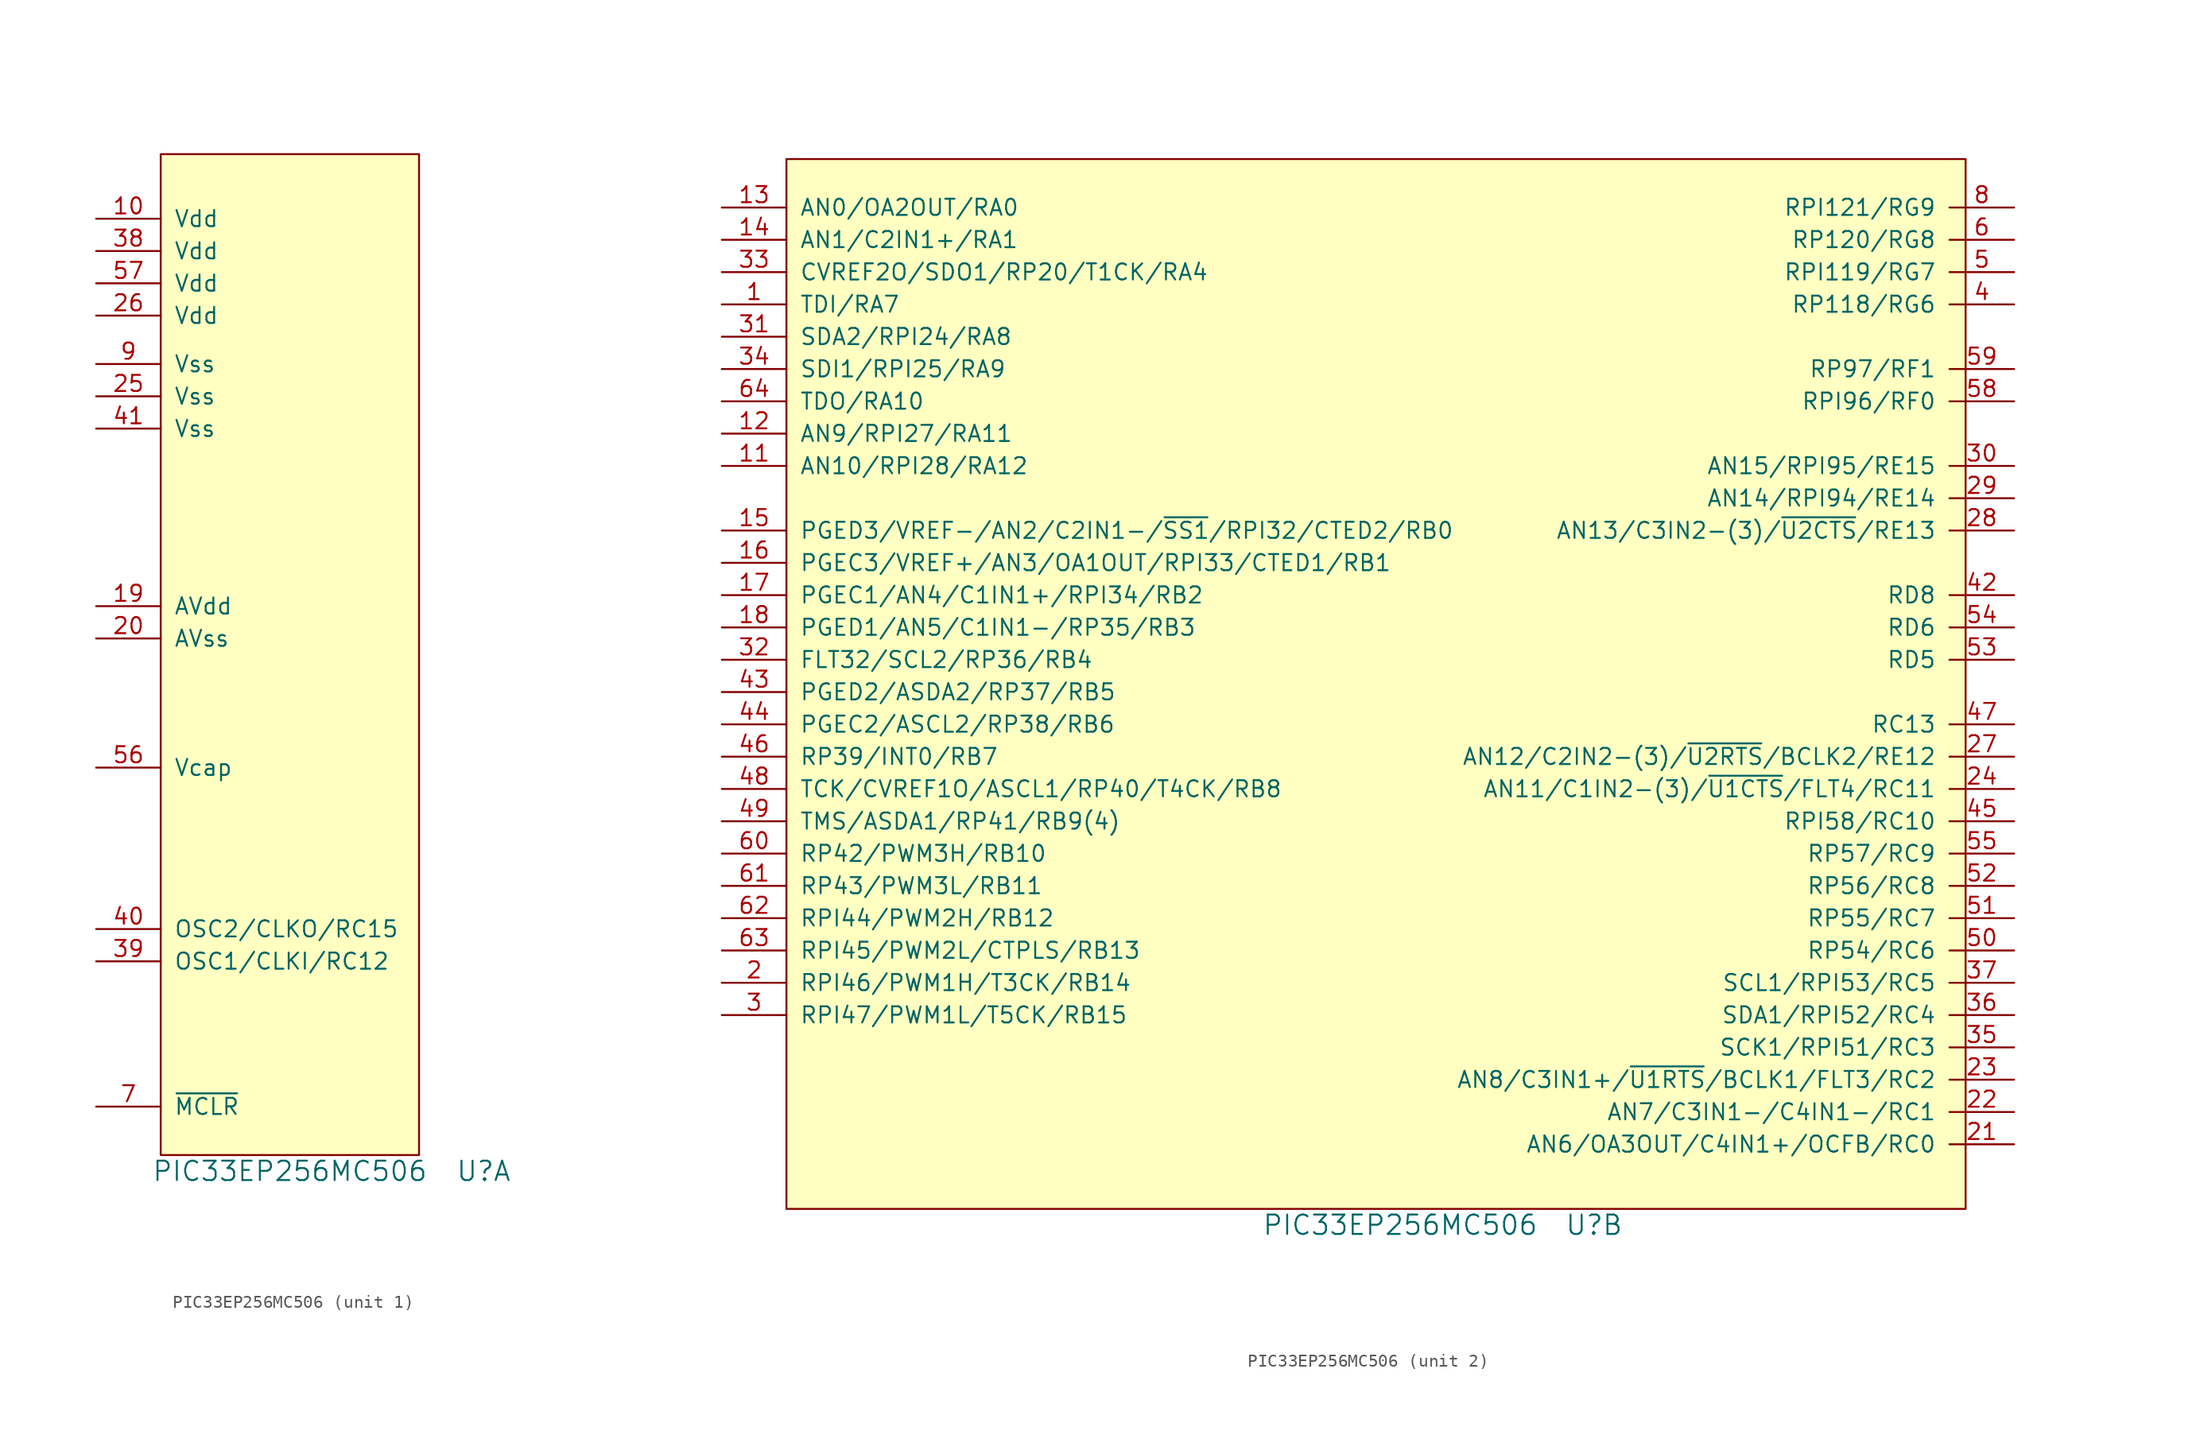
<source format=kicad_sym>
(kicad_symbol_lib
  (version 20211014)
  (generator kicad_symbol_editor)
  (symbol "PIC33EP256MC506"
    (pin_names
      (offset 1.016))
    (property "Reference" "U"
      (at 33.02 -33.02 0)
      (effects (font (size 1.524 1.524))))
    (property "Value" "PIC33EP256MC506"
      (at 17.78 -33.02 0)
      (effects (font (size 1.524 1.524))))
    (property "ki_locked" ""
      (at 0 0 0)
      (effects (font (size 1.27 1.27))))
    (symbol "PIC33EP256MC506_1_1"
      (rectangle (start 7.62 46.99) (end 27.94 -31.75) (stroke (width 0) (type default) (color 0 0 0 0)) (fill (type background)))
      (pin power_in line (at 2.54 41.91 0) (length 5.08) (name "Vdd" (effects (font (size 1.27 1.27)))) (number "10" (effects (font (size 1.27 1.27)))))
      (pin power_in line (at 2.54 11.43 0) (length 5.08) (name "AVdd" (effects (font (size 1.27 1.27)))) (number "19" (effects (font (size 1.27 1.27)))))
      (pin power_in line (at 2.54 8.89 0) (length 5.08) (name "AVss" (effects (font (size 1.27 1.27)))) (number "20" (effects (font (size 1.27 1.27)))))
      (pin power_in line (at 2.54 27.94 0) (length 5.08) (name "Vss" (effects (font (size 1.27 1.27)))) (number "25" (effects (font (size 1.27 1.27)))))
      (pin power_in line (at 2.54 34.29 0) (length 5.08) (name "Vdd" (effects (font (size 1.27 1.27)))) (number "26" (effects (font (size 1.27 1.27)))))
      (pin power_in line (at 2.54 39.37 0) (length 5.08) (name "Vdd" (effects (font (size 1.27 1.27)))) (number "38" (effects (font (size 1.27 1.27)))))
      (pin bidirectional line (at 2.54 -16.51 0) (length 5.08) (name "OSC1/CLKI/RC12" (effects (font (size 1.27 1.27)))) (number "39" (effects (font (size 1.27 1.27)))))
      (pin bidirectional line (at 2.54 -13.97 0) (length 5.08) (name "OSC2/CLKO/RC15" (effects (font (size 1.27 1.27)))) (number "40" (effects (font (size 1.27 1.27)))))
      (pin power_in line (at 2.54 25.4 0) (length 5.08) (name "Vss" (effects (font (size 1.27 1.27)))) (number "41" (effects (font (size 1.27 1.27)))))
      (pin input line (at 2.54 -1.27 0) (length 5.08) (name "Vcap" (effects (font (size 1.27 1.27)))) (number "56" (effects (font (size 1.27 1.27)))))
      (pin power_in line (at 2.54 36.83 0) (length 5.08) (name "Vdd" (effects (font (size 1.27 1.27)))) (number "57" (effects (font (size 1.27 1.27)))))
      (pin input line (at 2.54 -27.94 0) (length 5.08) (name "~{MCLR}" (effects (font (size 1.27 1.27)))) (number "7" (effects (font (size 1.27 1.27)))))
      (pin power_in line (at 2.54 30.48 0) (length 5.08) (name "Vss" (effects (font (size 1.27 1.27)))) (number "9" (effects (font (size 1.27 1.27))))))
    (symbol "PIC33EP256MC506_2_1"
      (rectangle (start -30.48 50.8) (end 62.23 -31.75) (stroke (width 0) (type default) (color 0 0 0 0)) (fill (type background)))
      (pin bidirectional line (at -35.56 39.37 0) (length 5.08) (name "TDI/RA7" (effects (font (size 1.27 1.27)))) (number "1" (effects (font (size 1.27 1.27)))))
      (pin bidirectional line (at -35.56 26.67 0) (length 5.08) (name "AN10/RPI28/RA12" (effects (font (size 1.27 1.27)))) (number "11" (effects (font (size 1.27 1.27)))))
      (pin bidirectional line (at -35.56 29.21 0) (length 5.08) (name "AN9/RPI27/RA11" (effects (font (size 1.27 1.27)))) (number "12" (effects (font (size 1.27 1.27)))))
      (pin bidirectional line (at -35.56 46.99 0) (length 5.08) (name "AN0/OA2OUT/RA0" (effects (font (size 1.27 1.27)))) (number "13" (effects (font (size 1.27 1.27)))))
      (pin bidirectional line (at -35.56 44.45 0) (length 5.08) (name "AN1/C2IN1+/RA1" (effects (font (size 1.27 1.27)))) (number "14" (effects (font (size 1.27 1.27)))))
      (pin bidirectional line (at -35.56 21.59 0) (length 5.08) (name "PGED3/VREF-/AN2/C2IN1-/~{SS1}/RPI32/CTED2/RB0" (effects (font (size 1.27 1.27)))) (number "15" (effects (font (size 1.27 1.27)))))
      (pin bidirectional line (at -35.56 19.05 0) (length 5.08) (name "PGEC3/VREF+/AN3/OA1OUT/RPI33/CTED1/RB1" (effects (font (size 1.27 1.27)))) (number "16" (effects (font (size 1.27 1.27)))))
      (pin bidirectional line (at -35.56 16.51 0) (length 5.08) (name "PGEC1/AN4/C1IN1+/RPI34/RB2" (effects (font (size 1.27 1.27)))) (number "17" (effects (font (size 1.27 1.27)))))
      (pin bidirectional line (at -35.56 13.97 0) (length 5.08) (name "PGED1/AN5/C1IN1-/RP35/RB3" (effects (font (size 1.27 1.27)))) (number "18" (effects (font (size 1.27 1.27)))))
      (pin bidirectional line (at -35.56 -13.97 0) (length 5.08) (name "RPI46/PWM1H/T3CK/RB14" (effects (font (size 1.27 1.27)))) (number "2" (effects (font (size 1.27 1.27)))))
      (pin bidirectional line (at 66.04 -26.67 180) (length 5.08) (name "AN6/OA3OUT/C4IN1+/OCFB/RC0" (effects (font (size 1.27 1.27)))) (number "21" (effects (font (size 1.27 1.27)))))
      (pin bidirectional line (at 66.04 -24.13 180) (length 5.08) (name "AN7/C3IN1-/C4IN1-/RC1" (effects (font (size 1.27 1.27)))) (number "22" (effects (font (size 1.27 1.27)))))
      (pin bidirectional line (at 66.04 -21.59 180) (length 5.08) (name "AN8/C3IN1+/~{U1RTS}/BCLK1/FLT3/RC2" (effects (font (size 1.27 1.27)))) (number "23" (effects (font (size 1.27 1.27)))))
      (pin bidirectional line (at 66.04 1.27 180) (length 5.08) (name "AN11/C1IN2-(3)/~{U1CTS}/FLT4/RC11" (effects (font (size 1.27 1.27)))) (number "24" (effects (font (size 1.27 1.27)))))
      (pin bidirectional line (at 66.04 3.81 180) (length 5.08) (name "AN12/C2IN2-(3)/~{U2RTS}/BCLK2/RE12" (effects (font (size 1.27 1.27)))) (number "27" (effects (font (size 1.27 1.27)))))
      (pin bidirectional line (at 66.04 21.59 180) (length 5.08) (name "AN13/C3IN2-(3)/~{U2CTS}/RE13" (effects (font (size 1.27 1.27)))) (number "28" (effects (font (size 1.27 1.27)))))
      (pin bidirectional line (at 66.04 24.13 180) (length 5.08) (name "AN14/RPI94/RE14" (effects (font (size 1.27 1.27)))) (number "29" (effects (font (size 1.27 1.27)))))
      (pin bidirectional line (at -35.56 -16.51 0) (length 5.08) (name "RPI47/PWM1L/T5CK/RB15" (effects (font (size 1.27 1.27)))) (number "3" (effects (font (size 1.27 1.27)))))
      (pin bidirectional line (at 66.04 26.67 180) (length 5.08) (name "AN15/RPI95/RE15" (effects (font (size 1.27 1.27)))) (number "30" (effects (font (size 1.27 1.27)))))
      (pin bidirectional line (at -35.56 36.83 0) (length 5.08) (name "SDA2/RPI24/RA8" (effects (font (size 1.27 1.27)))) (number "31" (effects (font (size 1.27 1.27)))))
      (pin bidirectional line (at -35.56 11.43 0) (length 5.08) (name "FLT32/SCL2/RP36/RB4" (effects (font (size 1.27 1.27)))) (number "32" (effects (font (size 1.27 1.27)))))
      (pin bidirectional line (at -35.56 41.91 0) (length 5.08) (name "CVREF2O/SDO1/RP20/T1CK/RA4" (effects (font (size 1.27 1.27)))) (number "33" (effects (font (size 1.27 1.27)))))
      (pin bidirectional line (at -35.56 34.29 0) (length 5.08) (name "SDI1/RPI25/RA9" (effects (font (size 1.27 1.27)))) (number "34" (effects (font (size 1.27 1.27)))))
      (pin bidirectional line (at 66.04 -19.05 180) (length 5.08) (name "SCK1/RPI51/RC3" (effects (font (size 1.27 1.27)))) (number "35" (effects (font (size 1.27 1.27)))))
      (pin bidirectional line (at 66.04 -16.51 180) (length 5.08) (name "SDA1/RPI52/RC4" (effects (font (size 1.27 1.27)))) (number "36" (effects (font (size 1.27 1.27)))))
      (pin bidirectional line (at 66.04 -13.97 180) (length 5.08) (name "SCL1/RPI53/RC5" (effects (font (size 1.27 1.27)))) (number "37" (effects (font (size 1.27 1.27)))))
      (pin bidirectional line (at 66.04 39.37 180) (length 5.08) (name "RP118/RG6" (effects (font (size 1.27 1.27)))) (number "4" (effects (font (size 1.27 1.27)))))
      (pin bidirectional line (at 66.04 16.51 180) (length 5.08) (name "RD8" (effects (font (size 1.27 1.27)))) (number "42" (effects (font (size 1.27 1.27)))))
      (pin bidirectional line (at -35.56 8.89 0) (length 5.08) (name "PGED2/ASDA2/RP37/RB5" (effects (font (size 1.27 1.27)))) (number "43" (effects (font (size 1.27 1.27)))))
      (pin bidirectional line (at -35.56 6.35 0) (length 5.08) (name "PGEC2/ASCL2/RP38/RB6" (effects (font (size 1.27 1.27)))) (number "44" (effects (font (size 1.27 1.27)))))
      (pin bidirectional line (at 66.04 -1.27 180) (length 5.08) (name "RPI58/RC10" (effects (font (size 1.27 1.27)))) (number "45" (effects (font (size 1.27 1.27)))))
      (pin bidirectional line (at -35.56 3.81 0) (length 5.08) (name "RP39/INT0/RB7" (effects (font (size 1.27 1.27)))) (number "46" (effects (font (size 1.27 1.27)))))
      (pin bidirectional line (at 66.04 6.35 180) (length 5.08) (name "RC13" (effects (font (size 1.27 1.27)))) (number "47" (effects (font (size 1.27 1.27)))))
      (pin bidirectional line (at -35.56 1.27 0) (length 5.08) (name "TCK/CVREF1O/ASCL1/RP40/T4CK/RB8" (effects (font (size 1.27 1.27)))) (number "48" (effects (font (size 1.27 1.27)))))
      (pin bidirectional line (at -35.56 -1.27 0) (length 5.08) (name "TMS/ASDA1/RP41/RB9(4)" (effects (font (size 1.27 1.27)))) (number "49" (effects (font (size 1.27 1.27)))))
      (pin bidirectional line (at 66.04 41.91 180) (length 5.08) (name "RPI119/RG7" (effects (font (size 1.27 1.27)))) (number "5" (effects (font (size 1.27 1.27)))))
      (pin bidirectional line (at 66.04 -11.43 180) (length 5.08) (name "RP54/RC6" (effects (font (size 1.27 1.27)))) (number "50" (effects (font (size 1.27 1.27)))))
      (pin bidirectional line (at 66.04 -8.89 180) (length 5.08) (name "RP55/RC7" (effects (font (size 1.27 1.27)))) (number "51" (effects (font (size 1.27 1.27)))))
      (pin bidirectional line (at 66.04 -6.35 180) (length 5.08) (name "RP56/RC8" (effects (font (size 1.27 1.27)))) (number "52" (effects (font (size 1.27 1.27)))))
      (pin bidirectional line (at 66.04 11.43 180) (length 5.08) (name "RD5" (effects (font (size 1.27 1.27)))) (number "53" (effects (font (size 1.27 1.27)))))
      (pin bidirectional line (at 66.04 13.97 180) (length 5.08) (name "RD6" (effects (font (size 1.27 1.27)))) (number "54" (effects (font (size 1.27 1.27)))))
      (pin bidirectional line (at 66.04 -3.81 180) (length 5.08) (name "RP57/RC9" (effects (font (size 1.27 1.27)))) (number "55" (effects (font (size 1.27 1.27)))))
      (pin bidirectional line (at 66.04 31.75 180) (length 5.08) (name "RPI96/RF0" (effects (font (size 1.27 1.27)))) (number "58" (effects (font (size 1.27 1.27)))))
      (pin bidirectional line (at 66.04 34.29 180) (length 5.08) (name "RP97/RF1" (effects (font (size 1.27 1.27)))) (number "59" (effects (font (size 1.27 1.27)))))
      (pin bidirectional line (at 66.04 44.45 180) (length 5.08) (name "RP120/RG8" (effects (font (size 1.27 1.27)))) (number "6" (effects (font (size 1.27 1.27)))))
      (pin bidirectional line (at -35.56 -3.81 0) (length 5.08) (name "RP42/PWM3H/RB10" (effects (font (size 1.27 1.27)))) (number "60" (effects (font (size 1.27 1.27)))))
      (pin bidirectional line (at -35.56 -6.35 0) (length 5.08) (name "RP43/PWM3L/RB11" (effects (font (size 1.27 1.27)))) (number "61" (effects (font (size 1.27 1.27)))))
      (pin bidirectional line (at -35.56 -8.89 0) (length 5.08) (name "RPI44/PWM2H/RB12" (effects (font (size 1.27 1.27)))) (number "62" (effects (font (size 1.27 1.27)))))
      (pin bidirectional line (at -35.56 -11.43 0) (length 5.08) (name "RPI45/PWM2L/CTPLS/RB13" (effects (font (size 1.27 1.27)))) (number "63" (effects (font (size 1.27 1.27)))))
      (pin bidirectional line (at -35.56 31.75 0) (length 5.08) (name "TDO/RA10" (effects (font (size 1.27 1.27)))) (number "64" (effects (font (size 1.27 1.27)))))
      (pin bidirectional line (at 66.04 46.99 180) (length 5.08) (name "RPI121/RG9" (effects (font (size 1.27 1.27)))) (number "8" (effects (font (size 1.27 1.27))))))))
</source>
